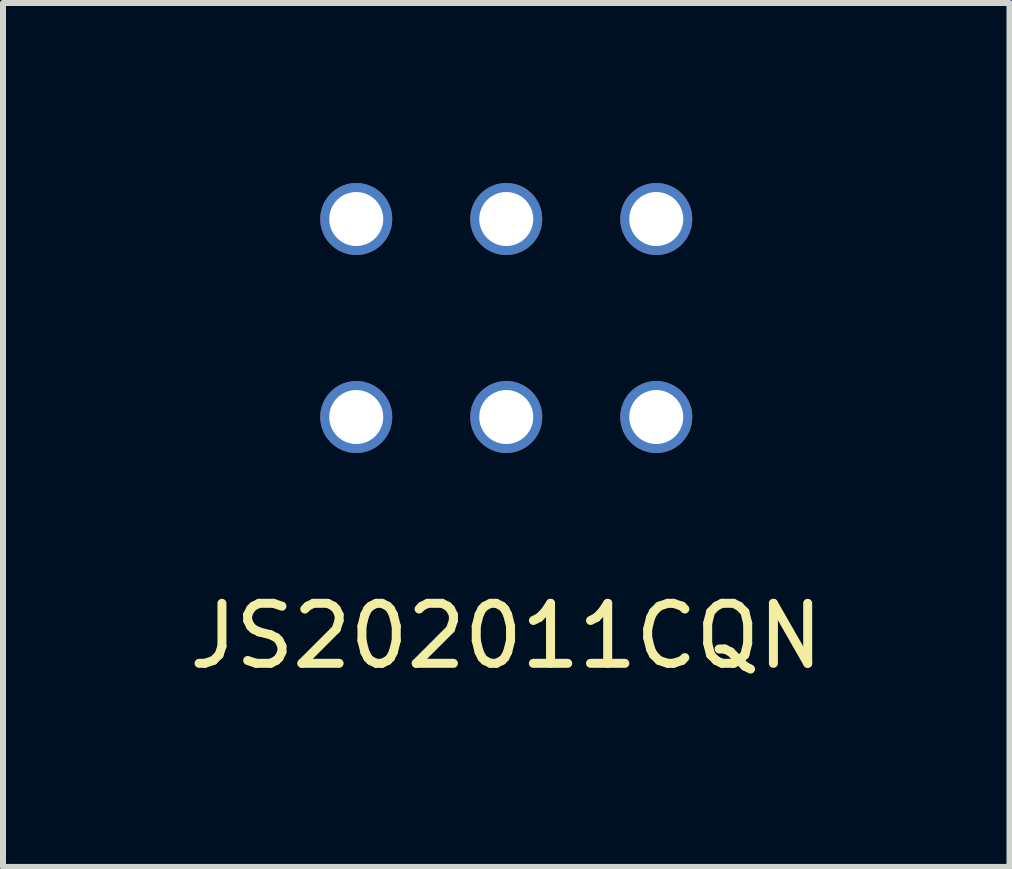
<source format=kicad_pcb>
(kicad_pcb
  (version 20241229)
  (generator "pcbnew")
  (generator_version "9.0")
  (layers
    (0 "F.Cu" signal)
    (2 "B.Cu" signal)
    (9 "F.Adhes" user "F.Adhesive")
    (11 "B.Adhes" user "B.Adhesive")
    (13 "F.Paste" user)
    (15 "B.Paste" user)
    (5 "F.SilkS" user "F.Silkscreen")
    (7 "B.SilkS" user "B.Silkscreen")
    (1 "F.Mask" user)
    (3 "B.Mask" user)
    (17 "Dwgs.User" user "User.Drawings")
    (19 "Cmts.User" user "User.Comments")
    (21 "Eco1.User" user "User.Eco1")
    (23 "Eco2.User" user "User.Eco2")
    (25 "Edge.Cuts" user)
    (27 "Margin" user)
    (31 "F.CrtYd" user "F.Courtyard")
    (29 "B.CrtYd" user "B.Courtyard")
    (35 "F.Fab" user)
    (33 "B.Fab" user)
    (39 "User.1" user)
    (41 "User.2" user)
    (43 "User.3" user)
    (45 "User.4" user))
  (footprint "JS202011CQN"
    (layer "F.Cu")
    (at 5.387 2.25)
    (property "Reference" "JS202011CQN" (at 0 5.3 0) (layer "F.SilkS") (effects (font (size 1 1) (thickness 0.15))))
    (attr through_hole)
    (pad "1" thru_hole circle (at -2.5 -1.65) (size 1.2 1.2) (drill 0.9) (layers "*.Cu" "*.Mask"))
    (pad "1" thru_hole circle (at -2.5 1.65) (size 1.2 1.2) (drill 0.9) (layers "*.Cu" "*.Mask"))
    (pad "2" thru_hole circle (at 0 -1.65) (size 1.2 1.2) (drill 0.9) (layers "*.Cu" "*.Mask"))
    (pad "2" thru_hole circle (at 0 1.65) (size 1.2 1.2) (drill 0.9) (layers "*.Cu" "*.Mask"))
    (pad "3" thru_hole circle (at 2.5 -1.65) (size 1.2 1.2) (drill 0.9) (layers "*.Cu" "*.Mask"))
    (pad "3" thru_hole circle (at 2.5 1.65) (size 1.2 1.2) (drill 0.9) (layers "*.Cu" "*.Mask")))
  (gr_rect
    (start -3 -3)
    (end 13.774 11.398)
    (stroke (width 0.1) (type default))
    (fill no)
    (layer "Edge.Cuts")))
</source>
